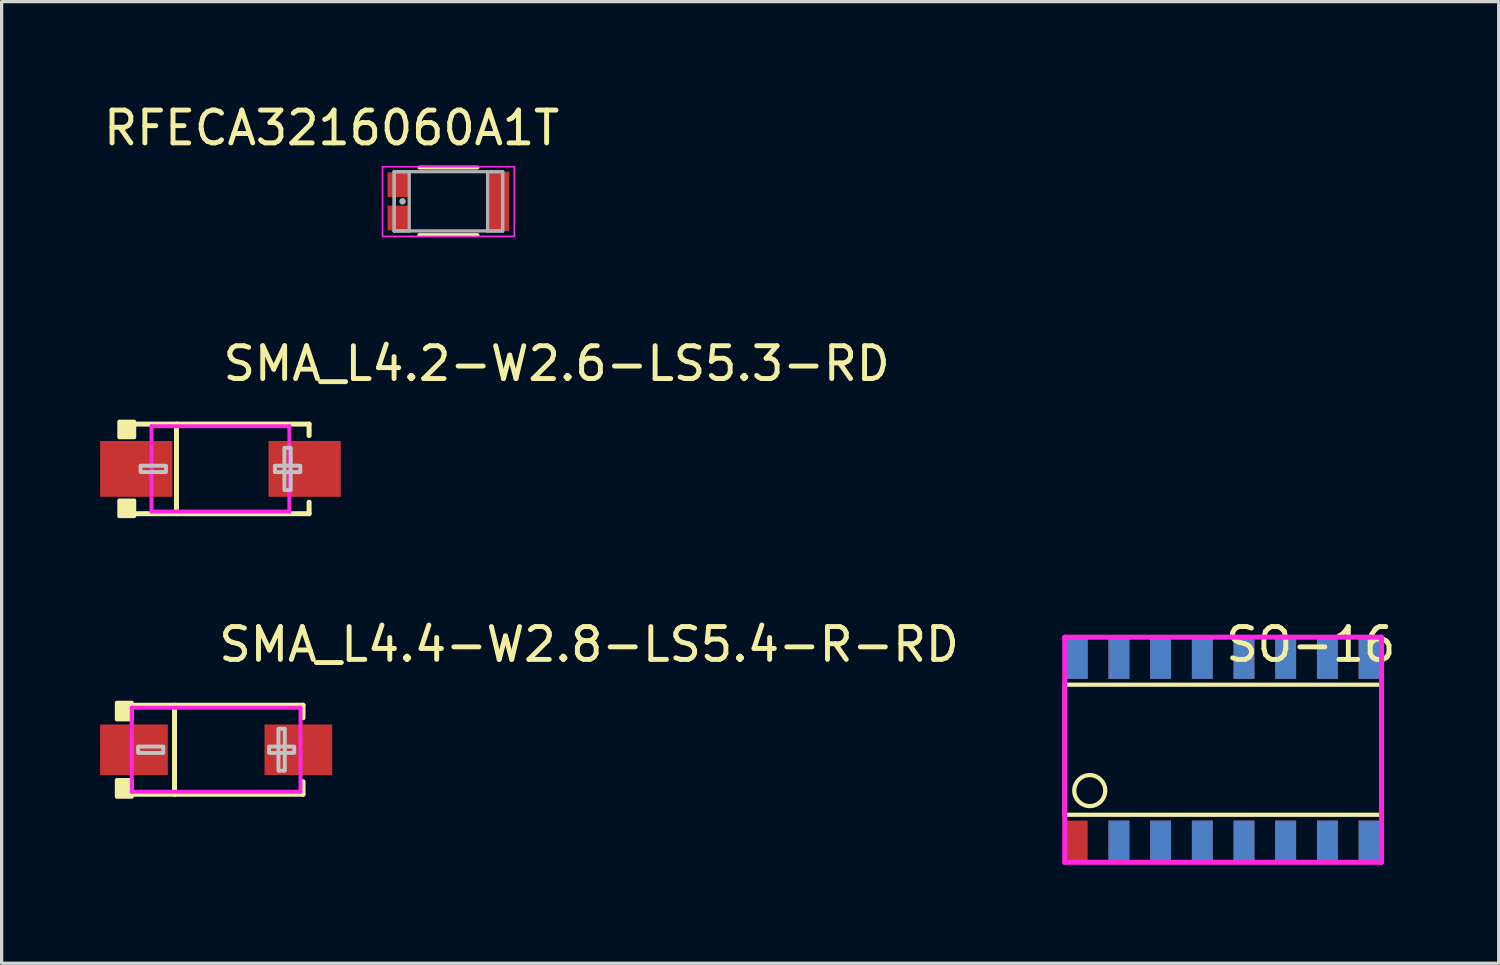
<source format=kicad_pcb>
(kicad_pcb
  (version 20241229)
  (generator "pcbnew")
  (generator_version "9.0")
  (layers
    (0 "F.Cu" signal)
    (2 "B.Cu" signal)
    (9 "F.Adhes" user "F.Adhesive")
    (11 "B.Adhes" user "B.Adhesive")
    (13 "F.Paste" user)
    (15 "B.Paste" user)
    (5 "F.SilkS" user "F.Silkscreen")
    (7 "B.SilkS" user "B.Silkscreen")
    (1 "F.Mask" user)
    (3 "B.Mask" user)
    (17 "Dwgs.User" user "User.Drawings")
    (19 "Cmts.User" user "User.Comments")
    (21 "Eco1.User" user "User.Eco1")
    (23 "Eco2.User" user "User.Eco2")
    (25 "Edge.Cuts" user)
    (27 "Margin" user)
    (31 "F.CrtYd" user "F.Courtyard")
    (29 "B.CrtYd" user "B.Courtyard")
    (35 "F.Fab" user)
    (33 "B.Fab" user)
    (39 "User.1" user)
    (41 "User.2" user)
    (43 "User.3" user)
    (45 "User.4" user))
  (footprint "SMA_L4.2-W2.6-LS5.3-RD"
    (layer "F.Cu")
    (at 3.665 11.234)
    (property "Reference" "SMA_L4.2-W2.6-LS5.3-RD" (at 0 -3.207 0) (layer "F.SilkS") (effects (font (size 1 1) (thickness 0.15)) (justify left)))
    (attr through_hole)
    (fp_line (start -2.701 -1.364) (end 2.701 -1.364) (stroke (width 0.152) (type solid)) (layer "F.SilkS"))
    (fp_line (start -2.701 1.364) (end 2.701 1.364) (stroke (width 0.152) (type solid)) (layer "F.SilkS"))
    (fp_line (start -1.339 -1.364) (end -1.339 1.364) (stroke (width 0.152) (type solid)) (layer "F.SilkS"))
    (fp_line (start 2.701 -1.364) (end 2.701 -1.013) (stroke (width 0.152) (type solid)) (layer "F.SilkS"))
    (fp_line (start 2.701 1.364) (end 2.701 1.013) (stroke (width 0.152) (type solid)) (layer "F.SilkS"))
    (fp_poly (pts (xy -2.625 -1.44) (xy -2.625 -0.962) (xy -3.082 -0.962) (xy -3.082 -1.44)) (stroke (width 0.12) (type solid)) (fill yes) (layer "F.SilkS"))
    (fp_poly (pts (xy -2.625 1.44) (xy -2.625 0.962) (xy -3.082 0.962) (xy -3.082 1.44)) (stroke (width 0.12) (type solid)) (fill yes) (layer "F.SilkS"))
    (fp_poly (pts (xy -2.432 0.097) (xy -2.432 -0.097) (xy -1.659 -0.097) (xy -1.659 0.097)) (stroke (width 0.12) (type solid)) (fill no) (layer "Dwgs.User"))
    (fp_poly (pts (xy 2.142 0.644) (xy 2.142 -0.644) (xy 1.949 -0.644) (xy 1.949 0.644)) (stroke (width 0.12) (type solid)) (fill no) (layer "Dwgs.User"))
    (fp_poly (pts (xy 2.432 0.097) (xy 2.432 -0.097) (xy 1.659 -0.097) (xy 1.659 0.097)) (stroke (width 0.12) (type solid)) (fill no) (layer "Dwgs.User"))
    (fp_circle (center -2.628 1.3) (end -2.598 1.3) (stroke (width 0.06) (type solid)) (fill no) (layer "Eco2.User"))
    (fp_poly (pts (xy -2.628 0.725) (xy -2.628 -0.725) (xy -1.488 -0.725) (xy -1.488 0.725)) (stroke (width 0.12) (type solid)) (fill no) (layer "Eco2.User"))
    (fp_poly (pts (xy 2.628 -0.725) (xy 2.628 0.725) (xy 1.488 0.725) (xy 1.488 -0.725)) (stroke (width 0.12) (type solid)) (fill no) (layer "Eco2.User"))
    (fp_line (start -2.1 -1.3) (end 2.1 -1.3) (stroke (width 0.12) (type solid)) (layer "F.CrtYd"))
    (fp_line (start -2.1 1.3) (end -2.1 -1.3) (stroke (width 0.12) (type solid)) (layer "F.CrtYd"))
    (fp_line (start 2.1 -1.3) (end 2.1 1.3) (stroke (width 0.12) (type solid)) (layer "F.CrtYd"))
    (fp_line (start 2.1 1.3) (end -2.1 1.3) (stroke (width 0.12) (type solid)) (layer "F.CrtYd"))
    (pad "1" smd rect (at -2.565 0) (size 2.2 1.7) (layers "F.Cu" "F.Mask" "F.Paste"))
    (pad "2" smd rect (at 2.565 0) (size 2.2 1.7) (layers "F.Cu" "F.Mask" "F.Paste")))
  (footprint "RFECA3216060A1T"
    (placed yes)
    (layer "F.Cu")
    (at 10.61 3.083)
    (property "Reference" "RFECA3216060A1T" (at -3.556 -2.235 0) (layer "F.SilkS") (effects (font (size 1 1) (thickness 0.15))))
    (attr through_hole)
    (fp_line (start -0.886 1.029) (end 0.886 1.029) (stroke (width 0.12) (type solid)) (layer "F.SilkS"))
    (fp_line (start 0.886 -1.029) (end -0.886 -1.029) (stroke (width 0.12) (type solid)) (layer "F.SilkS"))
    (fp_line (start -2.007 -1.054) (end 2.007 -1.054) (stroke (width 0.05) (type solid)) (layer "F.CrtYd"))
    (fp_line (start -2.007 1.054) (end -2.007 -1.054) (stroke (width 0.05) (type solid)) (layer "F.CrtYd"))
    (fp_line (start 2.007 -1.054) (end 2.007 1.054) (stroke (width 0.05) (type solid)) (layer "F.CrtYd"))
    (fp_line (start 2.007 1.07) (end -2.007 1.07) (stroke (width 0.05) (type solid)) (layer "F.CrtYd"))
    (fp_line (start -1.651 -0.902) (end -1.651 0.902) (stroke (width 0.1) (type solid)) (layer "F.Fab"))
    (fp_line (start -1.651 -0.902) (end -1.651 0.902) (stroke (width 0.1) (type solid)) (layer "F.Fab"))
    (fp_line (start -1.651 0.902) (end -1.194 0.902) (stroke (width 0.1) (type solid)) (layer "F.Fab"))
    (fp_line (start -1.651 0.902) (end 1.651 0.902) (stroke (width 0.1) (type solid)) (layer "F.Fab"))
    (fp_line (start -1.194 -0.902) (end -1.651 -0.902) (stroke (width 0.1) (type solid)) (layer "F.Fab"))
    (fp_line (start -1.194 0.902) (end -1.194 -0.902) (stroke (width 0.1) (type solid)) (layer "F.Fab"))
    (fp_line (start 1.194 -0.902) (end 1.194 0.902) (stroke (width 0.1) (type solid)) (layer "F.Fab"))
    (fp_line (start 1.194 0.902) (end 1.651 0.902) (stroke (width 0.1) (type solid)) (layer "F.Fab"))
    (fp_line (start 1.651 -0.902) (end -1.651 -0.902) (stroke (width 0.1) (type solid)) (layer "F.Fab"))
    (fp_line (start 1.651 -0.902) (end 1.194 -0.902) (stroke (width 0.1) (type solid)) (layer "F.Fab"))
    (fp_line (start 1.651 0.902) (end 1.651 -0.902) (stroke (width 0.1) (type solid)) (layer "F.Fab"))
    (fp_line (start 1.651 0.902) (end 1.651 -0.902) (stroke (width 0.1) (type solid)) (layer "F.Fab"))
    (fp_circle (center -1.397 0) (end -1.397 0) (stroke (width 0.1) (type solid)) (fill no) (layer "F.Fab"))
    (pad "1" smd rect (at -1.524 -0.508) (size 0.66 0.75) (layers "F.Cu" "F.Mask" "F.Paste"))
    (pad "2" smd rect (at -1.524 0.508) (size 0.66 0.75) (layers "F.Cu" "F.Mask" "F.Paste"))
    (pad "3" smd rect (at 1.524 0) (size 0.66 1.803) (layers "F.Cu" "F.Mask" "F.Paste")))
  (footprint "SO-16"
    (layer "F.Cu")
    (at 34.211 19.789)
    (property "Reference" "SO-16" (at 0 -3.207 0) (layer "F.SilkS") (effects (font (size 1 1) (thickness 0.15)) (justify left)))
    (attr through_hole)
    (fp_line (start -4.826 -1.981) (end -4.826 1.981) (stroke (width 0.127) (type solid)) (layer "F.SilkS"))
    (fp_line (start -4.826 1.981) (end 4.826 1.981) (stroke (width 0.127) (type solid)) (layer "F.SilkS"))
    (fp_line (start 4.826 -1.981) (end -4.826 -1.981) (stroke (width 0.127) (type solid)) (layer "F.SilkS"))
    (fp_line (start 4.826 1.981) (end 4.826 -1.981) (stroke (width 0.127) (type solid)) (layer "F.SilkS"))
    (fp_circle (center -4.064 1.245) (end -3.592 1.245) (stroke (width 0.127) (type solid)) (fill no) (layer "F.SilkS"))
    (fp_line (start -4.826 -3.429) (end 4.826 -3.429) (stroke (width 0.152) (type solid)) (layer "F.CrtYd"))
    (fp_line (start -4.826 3.429) (end -4.826 -3.429) (stroke (width 0.152) (type solid)) (layer "F.CrtYd"))
    (fp_line (start 4.826 -3.429) (end 4.826 3.429) (stroke (width 0.152) (type solid)) (layer "F.CrtYd"))
    (fp_line (start 4.826 3.429) (end -4.826 3.429) (stroke (width 0.152) (type solid)) (layer "F.CrtYd"))
    (pad "1" smd rect (at -4.445 2.794) (size 0.635 1.27) (layers "F.Cu" "F.Mask" "F.Paste"))
    (pad "2" thru_hole rect (at -3.175 2.794) (size 0.635 1.27) (layers "F.Cu" "F.Mask" "F.Paste"))
    (pad "3" thru_hole rect (at -1.905 2.794) (size 0.635 1.27) (layers "F.Cu" "F.Mask" "F.Paste"))
    (pad "4" thru_hole rect (at -0.635 2.794) (size 0.635 1.27) (layers "F.Cu" "F.Mask" "F.Paste"))
    (pad "5" thru_hole rect (at 0.635 2.794) (size 0.635 1.27) (layers "F.Cu" "F.Mask" "F.Paste"))
    (pad "6" thru_hole rect (at 1.905 2.794) (size 0.635 1.27) (layers "F.Cu" "F.Mask" "F.Paste"))
    (pad "7" thru_hole rect (at 3.175 2.794) (size 0.635 1.27) (layers "F.Cu" "F.Mask" "F.Paste"))
    (pad "8" thru_hole rect (at 4.445 2.794) (size 0.635 1.27) (layers "F.Cu" "F.Mask" "F.Paste"))
    (pad "9" thru_hole rect (at 4.445 -2.794) (size 0.635 1.27) (layers "F.Cu" "F.Mask" "F.Paste"))
    (pad "10" thru_hole rect (at 3.175 -2.794) (size 0.635 1.27) (layers "F.Cu" "F.Mask" "F.Paste"))
    (pad "11" thru_hole rect (at 1.905 -2.794) (size 0.635 1.27) (layers "F.Cu" "F.Mask" "F.Paste"))
    (pad "12" thru_hole rect (at 0.635 -2.794) (size 0.635 1.27) (layers "F.Cu" "F.Mask" "F.Paste"))
    (pad "13" thru_hole rect (at -0.635 -2.794) (size 0.635 1.27) (layers "F.Cu" "F.Mask" "F.Paste"))
    (pad "14" thru_hole rect (at -1.905 -2.794) (size 0.635 1.27) (layers "F.Cu" "F.Mask" "F.Paste"))
    (pad "15" thru_hole rect (at -3.175 -2.794) (size 0.635 1.27) (layers "F.Cu" "F.Mask" "F.Paste"))
    (pad "16" thru_hole rect (at -4.445 -2.794) (size 0.635 1.27) (layers "F.Cu" "F.Mask" "F.Paste")))
  (footprint "SMA_L4.4-W2.8-LS5.4-R-RD"
    (layer "F.Cu")
    (at 3.535 19.789)
    (property "Reference" "SMA_L4.4-W2.8-LS5.4-R-RD" (at 0 -3.207 0) (layer "F.SilkS") (effects (font (size 1 1) (thickness 0.15)) (justify left)))
    (attr through_hole)
    (fp_line (start -2.646 -1.356) (end 2.646 -1.356) (stroke (width 0.152) (type solid)) (layer "F.SilkS"))
    (fp_line (start -2.646 1.356) (end 2.646 1.356) (stroke (width 0.152) (type solid)) (layer "F.SilkS"))
    (fp_line (start -1.269 -1.356) (end -1.269 1.356) (stroke (width 0.152) (type solid)) (layer "F.SilkS"))
    (fp_line (start 2.646 -1.356) (end 2.646 -0.973) (stroke (width 0.152) (type solid)) (layer "F.SilkS"))
    (fp_line (start 2.646 1.356) (end 2.646 0.973) (stroke (width 0.152) (type solid)) (layer "F.SilkS"))
    (fp_poly (pts (xy -2.57 -1.432) (xy -2.57 -0.922) (xy -3.027 -0.922) (xy -3.027 -1.432)) (stroke (width 0.12) (type solid)) (fill yes) (layer "F.SilkS"))
    (fp_poly (pts (xy -2.57 1.432) (xy -2.57 0.922) (xy -3.027 0.922) (xy -3.027 1.432)) (stroke (width 0.12) (type solid)) (fill yes) (layer "F.SilkS"))
    (fp_poly (pts (xy -2.378 0.096) (xy -2.378 -0.096) (xy -1.61 -0.096) (xy -1.61 0.096)) (stroke (width 0.12) (type solid)) (fill no) (layer "Dwgs.User"))
    (fp_poly (pts (xy 2.09 0.64) (xy 2.09 -0.64) (xy 1.898 -0.64) (xy 1.898 0.64)) (stroke (width 0.12) (type solid)) (fill no) (layer "Dwgs.User"))
    (fp_poly (pts (xy 2.378 0.096) (xy 2.378 -0.096) (xy 1.61 -0.096) (xy 1.61 0.096)) (stroke (width 0.12) (type solid)) (fill no) (layer "Dwgs.User"))
    (fp_circle (center -2.8 1.28) (end -2.77 1.28) (stroke (width 0.06) (type solid)) (fill no) (layer "Eco2.User"))
    (fp_poly (pts (xy -2.8 0.712) (xy -2.8 -0.712) (xy -1.645 -0.712) (xy -1.645 0.712)) (stroke (width 0.12) (type solid)) (fill no) (layer "Eco2.User"))
    (fp_poly (pts (xy 2.8 0.712) (xy 2.8 -0.712) (xy 1.645 -0.712) (xy 1.645 0.712)) (stroke (width 0.12) (type solid)) (fill no) (layer "Eco2.User"))
    (fp_line (start -2.57 -1.28) (end 2.57 -1.28) (stroke (width 0.12) (type solid)) (layer "F.CrtYd"))
    (fp_line (start -2.57 1.28) (end -2.57 -1.28) (stroke (width 0.12) (type solid)) (layer "F.CrtYd"))
    (fp_line (start 2.57 -1.28) (end 2.57 1.28) (stroke (width 0.12) (type solid)) (layer "F.CrtYd"))
    (fp_line (start 2.57 1.28) (end -2.57 1.28) (stroke (width 0.12) (type solid)) (layer "F.CrtYd"))
    (pad "1" smd rect (at 2.504 0) (size 2.063 1.539) (layers "F.Cu" "F.Mask" "F.Paste"))
    (pad "2" smd rect (at -2.504 0) (size 2.063 1.539) (layers "F.Cu" "F.Mask" "F.Paste")))
  (gr_rect
    (start -3 -3)
    (end 42.604 26.294)
    (stroke (width 0.1) (type default))
    (fill no)
    (layer "Edge.Cuts")))
</source>
